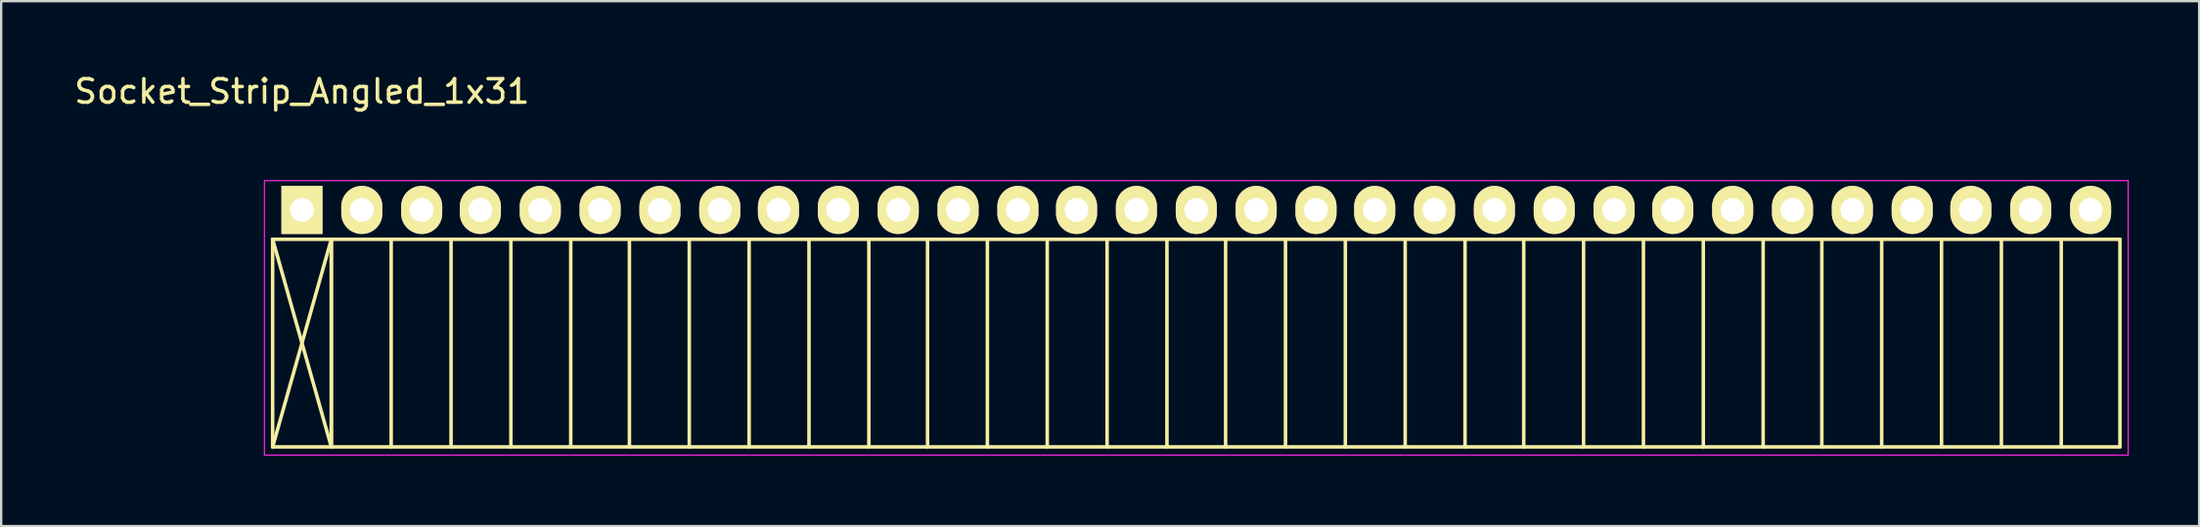
<source format=kicad_pcb>
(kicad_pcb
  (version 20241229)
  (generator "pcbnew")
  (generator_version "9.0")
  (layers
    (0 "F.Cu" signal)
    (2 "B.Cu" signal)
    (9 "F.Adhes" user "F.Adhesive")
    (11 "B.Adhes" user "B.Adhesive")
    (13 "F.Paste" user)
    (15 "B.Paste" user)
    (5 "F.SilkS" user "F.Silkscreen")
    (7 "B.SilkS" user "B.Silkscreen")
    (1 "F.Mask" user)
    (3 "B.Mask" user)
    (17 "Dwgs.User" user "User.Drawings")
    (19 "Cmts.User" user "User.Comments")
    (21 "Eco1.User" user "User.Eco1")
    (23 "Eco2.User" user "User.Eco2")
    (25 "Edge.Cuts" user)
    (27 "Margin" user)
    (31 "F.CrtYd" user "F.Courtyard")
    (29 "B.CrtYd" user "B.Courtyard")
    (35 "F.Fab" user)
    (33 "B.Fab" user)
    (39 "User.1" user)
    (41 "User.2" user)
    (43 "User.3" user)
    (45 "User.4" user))
  (footprint "Socket_Strip_Angled_1x31"
    (layer "F.Cu")
    (at 9.815 5.898)
    (property "Reference" "Socket_Strip_Angled_1x31" (at 0 -5.05 0) (layer "F.SilkS") (effects (font (size 1 1) (thickness 0.15))))
    (attr through_hole)
    (fp_line (start -1.25 1.25) (end -1.25 10.1) (stroke (width 0.15) (type solid)) (layer "F.SilkS"))
    (fp_line (start -1.25 1.25) (end 1.25 1.25) (stroke (width 0.15) (type solid)) (layer "F.SilkS"))
    (fp_line (start -1.25 1.25) (end 1.25 10.1) (stroke (width 0.15) (type solid)) (layer "F.SilkS"))
    (fp_line (start -1.25 10.1) (end 1.25 1.25) (stroke (width 0.15) (type solid)) (layer "F.SilkS"))
    (fp_line (start -1.25 10.1) (end 1.25 10.1) (stroke (width 0.15) (type solid)) (layer "F.SilkS"))
    (fp_line (start 1.25 1.25) (end 1.25 10.1) (stroke (width 0.15) (type solid)) (layer "F.SilkS"))
    (fp_line (start 1.25 1.25) (end 3.8 1.25) (stroke (width 0.15) (type solid)) (layer "F.SilkS"))
    (fp_line (start 1.25 10.1) (end 1.25 1.25) (stroke (width 0.15) (type solid)) (layer "F.SilkS"))
    (fp_line (start 1.25 10.1) (end 3.8 10.1) (stroke (width 0.15) (type solid)) (layer "F.SilkS"))
    (fp_line (start 3.8 1.25) (end 6.35 1.25) (stroke (width 0.15) (type solid)) (layer "F.SilkS"))
    (fp_line (start 3.8 10.1) (end 3.8 1.25) (stroke (width 0.15) (type solid)) (layer "F.SilkS"))
    (fp_line (start 3.8 10.1) (end 6.35 10.1) (stroke (width 0.15) (type solid)) (layer "F.SilkS"))
    (fp_line (start 6.35 1.25) (end 8.9 1.25) (stroke (width 0.15) (type solid)) (layer "F.SilkS"))
    (fp_line (start 6.35 10.1) (end 6.35 1.25) (stroke (width 0.15) (type solid)) (layer "F.SilkS"))
    (fp_line (start 6.35 10.1) (end 8.9 10.1) (stroke (width 0.15) (type solid)) (layer "F.SilkS"))
    (fp_line (start 8.9 1.25) (end 11.45 1.25) (stroke (width 0.15) (type solid)) (layer "F.SilkS"))
    (fp_line (start 8.9 10.1) (end 8.9 1.25) (stroke (width 0.15) (type solid)) (layer "F.SilkS"))
    (fp_line (start 8.9 10.1) (end 11.45 10.1) (stroke (width 0.15) (type solid)) (layer "F.SilkS"))
    (fp_line (start 11.45 1.25) (end 13.95 1.25) (stroke (width 0.15) (type solid)) (layer "F.SilkS"))
    (fp_line (start 11.45 10.1) (end 11.45 1.25) (stroke (width 0.15) (type solid)) (layer "F.SilkS"))
    (fp_line (start 11.45 10.1) (end 13.95 10.1) (stroke (width 0.15) (type solid)) (layer "F.SilkS"))
    (fp_line (start 13.95 1.25) (end 16.5 1.25) (stroke (width 0.15) (type solid)) (layer "F.SilkS"))
    (fp_line (start 13.95 10.1) (end 13.95 1.25) (stroke (width 0.15) (type solid)) (layer "F.SilkS"))
    (fp_line (start 13.95 10.1) (end 16.5 10.1) (stroke (width 0.15) (type solid)) (layer "F.SilkS"))
    (fp_line (start 16.5 1.25) (end 19.05 1.25) (stroke (width 0.15) (type solid)) (layer "F.SilkS"))
    (fp_line (start 16.5 10.1) (end 16.5 1.25) (stroke (width 0.15) (type solid)) (layer "F.SilkS"))
    (fp_line (start 16.5 10.1) (end 19.05 10.1) (stroke (width 0.15) (type solid)) (layer "F.SilkS"))
    (fp_line (start 19.05 1.25) (end 21.6 1.25) (stroke (width 0.15) (type solid)) (layer "F.SilkS"))
    (fp_line (start 19.05 10.1) (end 19.05 1.25) (stroke (width 0.15) (type solid)) (layer "F.SilkS"))
    (fp_line (start 19.05 10.1) (end 21.6 10.1) (stroke (width 0.15) (type solid)) (layer "F.SilkS"))
    (fp_line (start 21.6 1.25) (end 24.15 1.25) (stroke (width 0.15) (type solid)) (layer "F.SilkS"))
    (fp_line (start 21.6 10.1) (end 21.6 1.25) (stroke (width 0.15) (type solid)) (layer "F.SilkS"))
    (fp_line (start 21.6 10.1) (end 24.15 10.1) (stroke (width 0.15) (type solid)) (layer "F.SilkS"))
    (fp_line (start 24.15 1.25) (end 26.65 1.25) (stroke (width 0.15) (type solid)) (layer "F.SilkS"))
    (fp_line (start 24.15 10.1) (end 24.15 1.25) (stroke (width 0.15) (type solid)) (layer "F.SilkS"))
    (fp_line (start 24.15 10.1) (end 26.65 10.1) (stroke (width 0.15) (type solid)) (layer "F.SilkS"))
    (fp_line (start 26.65 1.25) (end 29.2 1.25) (stroke (width 0.15) (type solid)) (layer "F.SilkS"))
    (fp_line (start 26.65 10.1) (end 26.65 1.25) (stroke (width 0.15) (type solid)) (layer "F.SilkS"))
    (fp_line (start 26.65 10.1) (end 29.2 10.1) (stroke (width 0.15) (type solid)) (layer "F.SilkS"))
    (fp_line (start 29.2 1.25) (end 31.75 1.25) (stroke (width 0.15) (type solid)) (layer "F.SilkS"))
    (fp_line (start 29.2 10.1) (end 29.2 1.25) (stroke (width 0.15) (type solid)) (layer "F.SilkS"))
    (fp_line (start 29.2 10.1) (end 31.75 10.1) (stroke (width 0.15) (type solid)) (layer "F.SilkS"))
    (fp_line (start 31.75 1.25) (end 34.3 1.25) (stroke (width 0.15) (type solid)) (layer "F.SilkS"))
    (fp_line (start 31.75 10.1) (end 31.75 1.25) (stroke (width 0.15) (type solid)) (layer "F.SilkS"))
    (fp_line (start 31.75 10.1) (end 34.3 10.1) (stroke (width 0.15) (type solid)) (layer "F.SilkS"))
    (fp_line (start 34.3 1.25) (end 36.85 1.25) (stroke (width 0.15) (type solid)) (layer "F.SilkS"))
    (fp_line (start 34.3 10.1) (end 34.3 1.25) (stroke (width 0.15) (type solid)) (layer "F.SilkS"))
    (fp_line (start 34.3 10.1) (end 36.85 10.1) (stroke (width 0.15) (type solid)) (layer "F.SilkS"))
    (fp_line (start 36.85 1.25) (end 39.35 1.25) (stroke (width 0.15) (type solid)) (layer "F.SilkS"))
    (fp_line (start 36.85 10.1) (end 36.85 1.25) (stroke (width 0.15) (type solid)) (layer "F.SilkS"))
    (fp_line (start 36.85 10.1) (end 39.35 10.1) (stroke (width 0.15) (type solid)) (layer "F.SilkS"))
    (fp_line (start 39.35 1.25) (end 41.9 1.25) (stroke (width 0.15) (type solid)) (layer "F.SilkS"))
    (fp_line (start 39.35 10.1) (end 39.35 1.25) (stroke (width 0.15) (type solid)) (layer "F.SilkS"))
    (fp_line (start 39.35 10.1) (end 41.9 10.1) (stroke (width 0.15) (type solid)) (layer "F.SilkS"))
    (fp_line (start 41.9 1.25) (end 44.45 1.25) (stroke (width 0.15) (type solid)) (layer "F.SilkS"))
    (fp_line (start 41.9 10.1) (end 41.9 1.25) (stroke (width 0.15) (type solid)) (layer "F.SilkS"))
    (fp_line (start 41.9 10.1) (end 44.45 10.1) (stroke (width 0.15) (type solid)) (layer "F.SilkS"))
    (fp_line (start 44.45 1.25) (end 47 1.25) (stroke (width 0.15) (type solid)) (layer "F.SilkS"))
    (fp_line (start 44.45 10.1) (end 44.45 1.25) (stroke (width 0.15) (type solid)) (layer "F.SilkS"))
    (fp_line (start 44.45 10.1) (end 47 10.1) (stroke (width 0.15) (type solid)) (layer "F.SilkS"))
    (fp_line (start 47 1.25) (end 49.55 1.25) (stroke (width 0.15) (type solid)) (layer "F.SilkS"))
    (fp_line (start 47 10.1) (end 47 1.25) (stroke (width 0.15) (type solid)) (layer "F.SilkS"))
    (fp_line (start 47 10.1) (end 49.55 10.1) (stroke (width 0.15) (type solid)) (layer "F.SilkS"))
    (fp_line (start 49.55 1.25) (end 52.05 1.25) (stroke (width 0.15) (type solid)) (layer "F.SilkS"))
    (fp_line (start 49.55 10.1) (end 49.55 1.25) (stroke (width 0.15) (type solid)) (layer "F.SilkS"))
    (fp_line (start 49.55 10.1) (end 52.05 10.1) (stroke (width 0.15) (type solid)) (layer "F.SilkS"))
    (fp_line (start 52.05 1.25) (end 54.6 1.25) (stroke (width 0.15) (type solid)) (layer "F.SilkS"))
    (fp_line (start 52.05 10.1) (end 52.05 1.25) (stroke (width 0.15) (type solid)) (layer "F.SilkS"))
    (fp_line (start 52.05 10.1) (end 54.6 10.1) (stroke (width 0.15) (type solid)) (layer "F.SilkS"))
    (fp_line (start 54.6 1.25) (end 57.15 1.25) (stroke (width 0.15) (type solid)) (layer "F.SilkS"))
    (fp_line (start 54.6 10.1) (end 54.6 1.25) (stroke (width 0.15) (type solid)) (layer "F.SilkS"))
    (fp_line (start 54.6 10.1) (end 57.15 10.1) (stroke (width 0.15) (type solid)) (layer "F.SilkS"))
    (fp_line (start 57.15 1.25) (end 59.7 1.25) (stroke (width 0.15) (type solid)) (layer "F.SilkS"))
    (fp_line (start 57.15 10.1) (end 57.15 1.25) (stroke (width 0.15) (type solid)) (layer "F.SilkS"))
    (fp_line (start 57.15 10.1) (end 59.7 10.1) (stroke (width 0.15) (type solid)) (layer "F.SilkS"))
    (fp_line (start 59.7 1.25) (end 62.25 1.25) (stroke (width 0.15) (type solid)) (layer "F.SilkS"))
    (fp_line (start 59.7 10.1) (end 59.7 1.25) (stroke (width 0.15) (type solid)) (layer "F.SilkS"))
    (fp_line (start 59.7 10.1) (end 62.25 10.1) (stroke (width 0.15) (type solid)) (layer "F.SilkS"))
    (fp_line (start 62.25 1.25) (end 64.75 1.25) (stroke (width 0.15) (type solid)) (layer "F.SilkS"))
    (fp_line (start 62.25 10.1) (end 62.25 1.25) (stroke (width 0.15) (type solid)) (layer "F.SilkS"))
    (fp_line (start 62.25 10.1) (end 64.75 10.1) (stroke (width 0.15) (type solid)) (layer "F.SilkS"))
    (fp_line (start 64.75 1.25) (end 67.3 1.25) (stroke (width 0.15) (type solid)) (layer "F.SilkS"))
    (fp_line (start 64.75 10.1) (end 64.75 1.25) (stroke (width 0.15) (type solid)) (layer "F.SilkS"))
    (fp_line (start 64.75 10.1) (end 67.3 10.1) (stroke (width 0.15) (type solid)) (layer "F.SilkS"))
    (fp_line (start 67.3 1.25) (end 69.85 1.25) (stroke (width 0.15) (type solid)) (layer "F.SilkS"))
    (fp_line (start 67.3 10.1) (end 67.3 1.25) (stroke (width 0.15) (type solid)) (layer "F.SilkS"))
    (fp_line (start 67.3 10.1) (end 69.85 10.1) (stroke (width 0.15) (type solid)) (layer "F.SilkS"))
    (fp_line (start 69.85 1.25) (end 72.4 1.25) (stroke (width 0.15) (type solid)) (layer "F.SilkS"))
    (fp_line (start 69.85 10.1) (end 69.85 1.25) (stroke (width 0.15) (type solid)) (layer "F.SilkS"))
    (fp_line (start 69.85 10.1) (end 72.4 10.1) (stroke (width 0.15) (type solid)) (layer "F.SilkS"))
    (fp_line (start 72.4 1.25) (end 74.95 1.25) (stroke (width 0.15) (type solid)) (layer "F.SilkS"))
    (fp_line (start 72.4 10.1) (end 72.4 1.25) (stroke (width 0.15) (type solid)) (layer "F.SilkS"))
    (fp_line (start 72.4 10.1) (end 74.95 10.1) (stroke (width 0.15) (type solid)) (layer "F.SilkS"))
    (fp_line (start 74.95 1.25) (end 77.45 1.25) (stroke (width 0.15) (type solid)) (layer "F.SilkS"))
    (fp_line (start 74.95 10.1) (end 74.95 1.25) (stroke (width 0.15) (type solid)) (layer "F.SilkS"))
    (fp_line (start 74.95 10.1) (end 77.45 10.1) (stroke (width 0.15) (type solid)) (layer "F.SilkS"))
    (fp_line (start 77.45 10.1) (end 77.45 1.25) (stroke (width 0.15) (type solid)) (layer "F.SilkS"))
    (fp_line (start -1.6 -1.25) (end -1.6 10.45) (stroke (width 0.05) (type solid)) (layer "F.CrtYd"))
    (fp_line (start -1.6 -1.25) (end 77.8 -1.25) (stroke (width 0.05) (type solid)) (layer "F.CrtYd"))
    (fp_line (start -1.6 10.45) (end 77.8 10.45) (stroke (width 0.05) (type solid)) (layer "F.CrtYd"))
    (fp_line (start 77.8 -1.25) (end 77.8 10.45) (stroke (width 0.05) (type solid)) (layer "F.CrtYd"))
    (pad "1" thru_hole rect (at 0 0) (size 1.75 2.05) (drill 1.016) (layers "*.Cu" "*.Mask" "F.SilkS"))
    (pad "2" thru_hole oval (at 2.55 0) (size 1.75 2.05) (drill 1.016) (layers "*.Cu" "*.Mask" "F.SilkS"))
    (pad "3" thru_hole oval (at 5.1 0) (size 1.75 2.05) (drill 1.016) (layers "*.Cu" "*.Mask" "F.SilkS"))
    (pad "4" thru_hole oval (at 7.6 0) (size 1.75 2.05) (drill 1.016) (layers "*.Cu" "*.Mask" "F.SilkS"))
    (pad "5" thru_hole oval (at 10.15 0) (size 1.75 2.05) (drill 1.016) (layers "*.Cu" "*.Mask" "F.SilkS"))
    (pad "6" thru_hole oval (at 12.7 0) (size 1.75 2.05) (drill 1.016) (layers "*.Cu" "*.Mask" "F.SilkS"))
    (pad "7" thru_hole oval (at 15.25 0) (size 1.75 2.05) (drill 1.016) (layers "*.Cu" "*.Mask" "F.SilkS"))
    (pad "8" thru_hole oval (at 17.8 0) (size 1.75 2.05) (drill 1.016) (layers "*.Cu" "*.Mask" "F.SilkS"))
    (pad "9" thru_hole oval (at 20.3 0) (size 1.75 2.05) (drill 1.016) (layers "*.Cu" "*.Mask" "F.SilkS"))
    (pad "10" thru_hole oval (at 22.85 0) (size 1.75 2.05) (drill 1.016) (layers "*.Cu" "*.Mask" "F.SilkS"))
    (pad "11" thru_hole oval (at 25.4 0) (size 1.75 2.05) (drill 1.016) (layers "*.Cu" "*.Mask" "F.SilkS"))
    (pad "12" thru_hole oval (at 27.95 0) (size 1.75 2.05) (drill 1.016) (layers "*.Cu" "*.Mask" "F.SilkS"))
    (pad "13" thru_hole oval (at 30.5 0) (size 1.75 2.05) (drill 1.016) (layers "*.Cu" "*.Mask" "F.SilkS"))
    (pad "14" thru_hole oval (at 33 0) (size 1.75 2.05) (drill 1.016) (layers "*.Cu" "*.Mask" "F.SilkS"))
    (pad "15" thru_hole oval (at 35.55 0) (size 1.75 2.05) (drill 1.016) (layers "*.Cu" "*.Mask" "F.SilkS"))
    (pad "16" thru_hole oval (at 38.1 0) (size 1.75 2.05) (drill 1.016) (layers "*.Cu" "*.Mask" "F.SilkS"))
    (pad "17" thru_hole oval (at 40.65 0) (size 1.75 2.05) (drill 1.016) (layers "*.Cu" "*.Mask" "F.SilkS"))
    (pad "18" thru_hole oval (at 43.2 0) (size 1.75 2.05) (drill 1.016) (layers "*.Cu" "*.Mask" "F.SilkS"))
    (pad "19" thru_hole oval (at 45.7 0) (size 1.75 2.05) (drill 1.016) (layers "*.Cu" "*.Mask" "F.SilkS"))
    (pad "20" thru_hole oval (at 48.25 0) (size 1.75 2.05) (drill 1.016) (layers "*.Cu" "*.Mask" "F.SilkS"))
    (pad "21" thru_hole oval (at 50.8 0) (size 1.75 2.05) (drill 1.016) (layers "*.Cu" "*.Mask" "F.SilkS"))
    (pad "22" thru_hole oval (at 53.35 0) (size 1.75 2.05) (drill 1.016) (layers "*.Cu" "*.Mask" "F.SilkS"))
    (pad "23" thru_hole oval (at 55.9 0) (size 1.75 2.05) (drill 1.016) (layers "*.Cu" "*.Mask" "F.SilkS"))
    (pad "24" thru_hole oval (at 58.4 0) (size 1.75 2.05) (drill 1.016) (layers "*.Cu" "*.Mask" "F.SilkS"))
    (pad "25" thru_hole oval (at 60.95 0) (size 1.75 2.05) (drill 1.016) (layers "*.Cu" "*.Mask" "F.SilkS"))
    (pad "26" thru_hole oval (at 63.5 0) (size 1.75 2.05) (drill 1.016) (layers "*.Cu" "*.Mask" "F.SilkS"))
    (pad "27" thru_hole oval (at 66.05 0) (size 1.75 2.05) (drill 1.016) (layers "*.Cu" "*.Mask" "F.SilkS"))
    (pad "28" thru_hole oval (at 68.6 0) (size 1.75 2.05) (drill 1.016) (layers "*.Cu" "*.Mask" "F.SilkS"))
    (pad "29" thru_hole oval (at 71.1 0) (size 1.75 2.05) (drill 1.016) (layers "*.Cu" "*.Mask" "F.SilkS"))
    (pad "30" thru_hole oval (at 73.65 0) (size 1.75 2.05) (drill 1.016) (layers "*.Cu" "*.Mask" "F.SilkS"))
    (pad "31" thru_hole oval (at 76.2 0) (size 1.75 2.05) (drill 1.016) (layers "*.Cu" "*.Mask" "F.SilkS")))
  (gr_rect
    (start -3 -3)
    (end 90.64 19.373)
    (stroke (width 0.1) (type default))
    (fill no)
    (layer "Edge.Cuts")))
</source>
